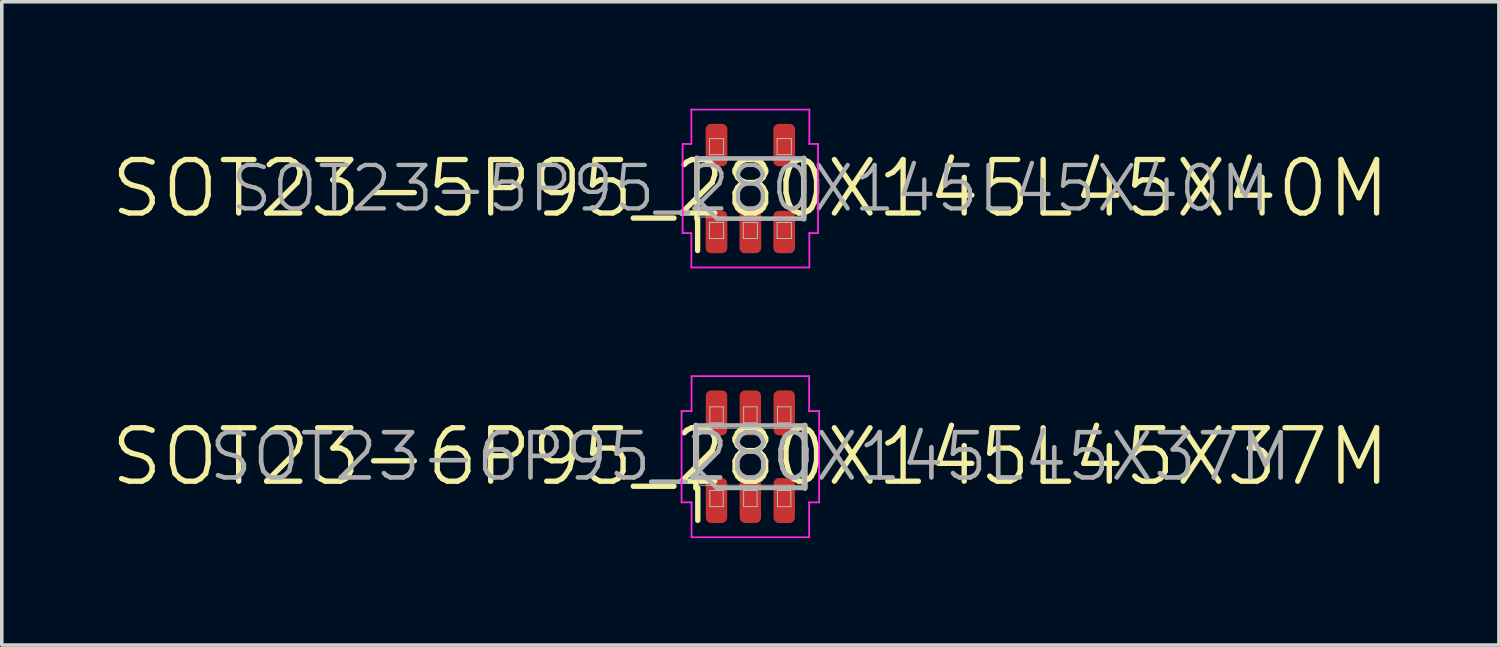
<source format=kicad_pcb>
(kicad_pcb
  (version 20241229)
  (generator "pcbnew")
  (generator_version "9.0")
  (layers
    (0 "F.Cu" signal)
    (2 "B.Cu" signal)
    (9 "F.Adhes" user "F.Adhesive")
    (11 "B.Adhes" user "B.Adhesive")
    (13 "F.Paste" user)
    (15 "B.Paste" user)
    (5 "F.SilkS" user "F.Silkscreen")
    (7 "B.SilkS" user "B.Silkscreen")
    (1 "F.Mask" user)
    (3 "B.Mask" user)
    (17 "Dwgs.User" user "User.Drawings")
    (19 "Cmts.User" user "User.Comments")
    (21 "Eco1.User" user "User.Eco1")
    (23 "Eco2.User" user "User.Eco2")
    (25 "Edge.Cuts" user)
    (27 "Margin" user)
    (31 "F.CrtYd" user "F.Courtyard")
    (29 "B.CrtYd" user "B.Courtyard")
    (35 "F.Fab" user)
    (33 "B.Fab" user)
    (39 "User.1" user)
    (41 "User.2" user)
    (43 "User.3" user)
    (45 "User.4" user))
  (footprint "SOT23-5P95_280X145L45X40M"
    (layer "F.Cu")
    (at 18.004 2.24)
    (property "Reference" "SOT23-5P95_280X145L45X40M" (at 0 0 0) (layer "F.SilkS") (effects (font (size 1.5 1.5) (thickness 0.15))))
    (attr smd)
    (fp_line (start -1.5 0.85) (end -1.5 -0.85) (stroke (width 0.15) (type solid)) (layer "F.SilkS"))
    (fp_line (start -1.48 0.85) (end -1.48 1.74) (stroke (width 0.15) (type solid)) (layer "F.SilkS"))
    (fp_line (start 1.5 0.85) (end 1.5 -0.85) (stroke (width 0.15) (type solid)) (layer "F.SilkS"))
    (fp_line (start -1.45 -0.8) (end 1.45 -0.8) (stroke (width 0.025) (type solid)) (layer "Dwgs.User"))
    (fp_line (start -1.45 0.8) (end -1.45 -0.8) (stroke (width 0.025) (type solid)) (layer "Dwgs.User"))
    (fp_line (start -1.15 -1.4) (end -0.75 -1.4) (stroke (width 0.025) (type solid)) (layer "Dwgs.User"))
    (fp_line (start -1.15 -0.95) (end -1.15 -1.4) (stroke (width 0.025) (type solid)) (layer "Dwgs.User"))
    (fp_line (start -1.15 0.95) (end -0.75 0.95) (stroke (width 0.025) (type solid)) (layer "Dwgs.User"))
    (fp_line (start -1.15 1.4) (end -1.15 0.95) (stroke (width 0.025) (type solid)) (layer "Dwgs.User"))
    (fp_line (start -0.75 -1.4) (end -0.75 -0.95) (stroke (width 0.025) (type solid)) (layer "Dwgs.User"))
    (fp_line (start -0.75 -0.95) (end -1.15 -0.95) (stroke (width 0.025) (type solid)) (layer "Dwgs.User"))
    (fp_line (start -0.75 0.95) (end -0.75 1.4) (stroke (width 0.025) (type solid)) (layer "Dwgs.User"))
    (fp_line (start -0.75 1.4) (end -1.15 1.4) (stroke (width 0.025) (type solid)) (layer "Dwgs.User"))
    (fp_line (start -0.2 0.95) (end 0.2 0.95) (stroke (width 0.025) (type solid)) (layer "Dwgs.User"))
    (fp_line (start -0.2 1.4) (end -0.2 0.95) (stroke (width 0.025) (type solid)) (layer "Dwgs.User"))
    (fp_line (start 0.2 0.95) (end 0.2 1.4) (stroke (width 0.025) (type solid)) (layer "Dwgs.User"))
    (fp_line (start 0.2 1.4) (end -0.2 1.4) (stroke (width 0.025) (type solid)) (layer "Dwgs.User"))
    (fp_line (start 0.75 -1.4) (end 1.15 -1.4) (stroke (width 0.025) (type solid)) (layer "Dwgs.User"))
    (fp_line (start 0.75 -0.95) (end 0.75 -1.4) (stroke (width 0.025) (type solid)) (layer "Dwgs.User"))
    (fp_line (start 0.75 0.95) (end 1.15 0.95) (stroke (width 0.025) (type solid)) (layer "Dwgs.User"))
    (fp_line (start 0.75 1.4) (end 0.75 0.95) (stroke (width 0.025) (type solid)) (layer "Dwgs.User"))
    (fp_line (start 1.15 -1.4) (end 1.15 -0.95) (stroke (width 0.025) (type solid)) (layer "Dwgs.User"))
    (fp_line (start 1.15 -0.95) (end 0.75 -0.95) (stroke (width 0.025) (type solid)) (layer "Dwgs.User"))
    (fp_line (start 1.15 0.95) (end 1.15 1.4) (stroke (width 0.025) (type solid)) (layer "Dwgs.User"))
    (fp_line (start 1.15 1.4) (end 0.75 1.4) (stroke (width 0.025) (type solid)) (layer "Dwgs.User"))
    (fp_line (start 1.45 -0.8) (end 1.45 0.8) (stroke (width 0.025) (type solid)) (layer "Dwgs.User"))
    (fp_line (start 1.45 0.8) (end -1.45 0.8) (stroke (width 0.025) (type solid)) (layer "Dwgs.User"))
    (fp_line (start -1.9 -1.25) (end -1.9 1.25) (stroke (width 0.05) (type solid)) (layer "F.CrtYd"))
    (fp_line (start -1.9 1.25) (end -1.655 1.25) (stroke (width 0.05) (type solid)) (layer "F.CrtYd"))
    (fp_line (start -1.655 -2.215) (end -1.655 -1.25) (stroke (width 0.05) (type solid)) (layer "F.CrtYd"))
    (fp_line (start -1.655 -1.25) (end -1.9 -1.25) (stroke (width 0.05) (type solid)) (layer "F.CrtYd"))
    (fp_line (start -1.655 1.25) (end -1.655 2.215) (stroke (width 0.05) (type solid)) (layer "F.CrtYd"))
    (fp_line (start -1.655 2.215) (end 1.655 2.215) (stroke (width 0.05) (type solid)) (layer "F.CrtYd"))
    (fp_line (start 1.655 -2.215) (end -1.655 -2.215) (stroke (width 0.05) (type solid)) (layer "F.CrtYd"))
    (fp_line (start 1.655 -1.25) (end 1.655 -2.215) (stroke (width 0.05) (type solid)) (layer "F.CrtYd"))
    (fp_line (start 1.655 1.25) (end 1.9 1.25) (stroke (width 0.05) (type solid)) (layer "F.CrtYd"))
    (fp_line (start 1.655 2.215) (end 1.655 1.25) (stroke (width 0.05) (type solid)) (layer "F.CrtYd"))
    (fp_line (start 1.9 -1.25) (end 1.655 -1.25) (stroke (width 0.05) (type solid)) (layer "F.CrtYd"))
    (fp_line (start 1.9 1.25) (end 1.9 -1.25) (stroke (width 0.05) (type solid)) (layer "F.CrtYd"))
    (fp_line (start -1.5 -0.85) (end 1.5 -0.85) (stroke (width 0.12) (type solid)) (layer "F.Fab"))
    (fp_line (start -1.5 0.283) (end -1.5 -0.85) (stroke (width 0.12) (type solid)) (layer "F.Fab"))
    (fp_line (start -0.933 0.85) (end -1.5 0.283) (stroke (width 0.12) (type solid)) (layer "F.Fab"))
    (fp_line (start 1.5 -0.85) (end 1.5 0.85) (stroke (width 0.12) (type solid)) (layer "F.Fab"))
    (fp_line (start 1.5 0.85) (end -0.933 0.85) (stroke (width 0.12) (type solid)) (layer "F.Fab"))
    (fp_text user "${REFERENCE}" (at 0 0 0) (layer "F.Fab") (effects (font (size 1.22 1.22) (thickness 0.12))))
    (pad "1" smd roundrect (at -0.95 1.22 90) (size 1.19 0.61) (layers "F.Cu" "F.Mask" "F.Paste") (roundrect_rratio 0.246))
    (pad "2" smd roundrect (at 0 1.22 90) (size 1.19 0.61) (layers "F.Cu" "F.Mask" "F.Paste") (roundrect_rratio 0.246))
    (pad "3" smd roundrect (at 0.95 1.22 90) (size 1.19 0.61) (layers "F.Cu" "F.Mask" "F.Paste") (roundrect_rratio 0.246))
    (pad "4" smd roundrect (at 0.95 -1.22 90) (size 1.19 0.61) (layers "F.Cu" "F.Mask" "F.Paste") (roundrect_rratio 0.246))
    (pad "5" smd roundrect (at -0.95 -1.22 90) (size 1.19 0.61) (layers "F.Cu" "F.Mask" "F.Paste") (roundrect_rratio 0.246)))
  (footprint "SOT23-6P95_280X145L45X37M"
    (layer "F.Cu")
    (at 18.004 9.765)
    (property "Reference" "SOT23-6P95_280X145L45X37M" (at 0 0 0) (layer "F.SilkS") (effects (font (size 1.5 1.5) (thickness 0.15))))
    (attr smd)
    (fp_line (start -1.53 0.88) (end -1.53 -0.88) (stroke (width 0.15) (type solid)) (layer "F.SilkS"))
    (fp_line (start -1.475 0.88) (end -1.475 1.785) (stroke (width 0.15) (type solid)) (layer "F.SilkS"))
    (fp_line (start 1.53 0.88) (end 1.53 -0.88) (stroke (width 0.15) (type solid)) (layer "F.SilkS"))
    (fp_line (start -1.45 -0.8) (end 1.45 -0.8) (stroke (width 0.025) (type solid)) (layer "Dwgs.User"))
    (fp_line (start -1.45 0.8) (end -1.45 -0.8) (stroke (width 0.025) (type solid)) (layer "Dwgs.User"))
    (fp_line (start -1.137 -1.4) (end -0.762 -1.4) (stroke (width 0.025) (type solid)) (layer "Dwgs.User"))
    (fp_line (start -1.137 -0.95) (end -1.137 -1.4) (stroke (width 0.025) (type solid)) (layer "Dwgs.User"))
    (fp_line (start -1.137 0.95) (end -0.762 0.95) (stroke (width 0.025) (type solid)) (layer "Dwgs.User"))
    (fp_line (start -1.137 1.4) (end -1.137 0.95) (stroke (width 0.025) (type solid)) (layer "Dwgs.User"))
    (fp_line (start -0.762 -1.4) (end -0.762 -0.95) (stroke (width 0.025) (type solid)) (layer "Dwgs.User"))
    (fp_line (start -0.762 -0.95) (end -1.137 -0.95) (stroke (width 0.025) (type solid)) (layer "Dwgs.User"))
    (fp_line (start -0.762 0.95) (end -0.762 1.4) (stroke (width 0.025) (type solid)) (layer "Dwgs.User"))
    (fp_line (start -0.762 1.4) (end -1.137 1.4) (stroke (width 0.025) (type solid)) (layer "Dwgs.User"))
    (fp_line (start -0.188 -1.4) (end 0.188 -1.4) (stroke (width 0.025) (type solid)) (layer "Dwgs.User"))
    (fp_line (start -0.188 -0.95) (end -0.188 -1.4) (stroke (width 0.025) (type solid)) (layer "Dwgs.User"))
    (fp_line (start -0.188 0.95) (end 0.188 0.95) (stroke (width 0.025) (type solid)) (layer "Dwgs.User"))
    (fp_line (start -0.188 1.4) (end -0.188 0.95) (stroke (width 0.025) (type solid)) (layer "Dwgs.User"))
    (fp_line (start 0.188 -1.4) (end 0.188 -0.95) (stroke (width 0.025) (type solid)) (layer "Dwgs.User"))
    (fp_line (start 0.188 -0.95) (end -0.188 -0.95) (stroke (width 0.025) (type solid)) (layer "Dwgs.User"))
    (fp_line (start 0.188 0.95) (end 0.188 1.4) (stroke (width 0.025) (type solid)) (layer "Dwgs.User"))
    (fp_line (start 0.188 1.4) (end -0.188 1.4) (stroke (width 0.025) (type solid)) (layer "Dwgs.User"))
    (fp_line (start 0.762 -1.4) (end 1.137 -1.4) (stroke (width 0.025) (type solid)) (layer "Dwgs.User"))
    (fp_line (start 0.762 -0.95) (end 0.762 -1.4) (stroke (width 0.025) (type solid)) (layer "Dwgs.User"))
    (fp_line (start 0.762 0.95) (end 1.137 0.95) (stroke (width 0.025) (type solid)) (layer "Dwgs.User"))
    (fp_line (start 0.762 1.4) (end 0.762 0.95) (stroke (width 0.025) (type solid)) (layer "Dwgs.User"))
    (fp_line (start 1.137 -1.4) (end 1.137 -0.95) (stroke (width 0.025) (type solid)) (layer "Dwgs.User"))
    (fp_line (start 1.137 -0.95) (end 0.762 -0.95) (stroke (width 0.025) (type solid)) (layer "Dwgs.User"))
    (fp_line (start 1.137 0.95) (end 1.137 1.4) (stroke (width 0.025) (type solid)) (layer "Dwgs.User"))
    (fp_line (start 1.137 1.4) (end 0.762 1.4) (stroke (width 0.025) (type solid)) (layer "Dwgs.User"))
    (fp_line (start 1.45 -0.8) (end 1.45 0.8) (stroke (width 0.025) (type solid)) (layer "Dwgs.User"))
    (fp_line (start 1.45 0.8) (end -1.45 0.8) (stroke (width 0.025) (type solid)) (layer "Dwgs.User"))
    (fp_line (start -1.93 -1.28) (end -1.93 1.28) (stroke (width 0.05) (type solid)) (layer "F.CrtYd"))
    (fp_line (start -1.93 1.28) (end -1.65 1.28) (stroke (width 0.05) (type solid)) (layer "F.CrtYd"))
    (fp_line (start -1.65 -2.26) (end -1.65 -1.28) (stroke (width 0.05) (type solid)) (layer "F.CrtYd"))
    (fp_line (start -1.65 -1.28) (end -1.93 -1.28) (stroke (width 0.05) (type solid)) (layer "F.CrtYd"))
    (fp_line (start -1.65 1.28) (end -1.65 2.26) (stroke (width 0.05) (type solid)) (layer "F.CrtYd"))
    (fp_line (start -1.65 2.26) (end 1.65 2.26) (stroke (width 0.05) (type solid)) (layer "F.CrtYd"))
    (fp_line (start 1.65 -2.26) (end -1.65 -2.26) (stroke (width 0.05) (type solid)) (layer "F.CrtYd"))
    (fp_line (start 1.65 -1.28) (end 1.65 -2.26) (stroke (width 0.05) (type solid)) (layer "F.CrtYd"))
    (fp_line (start 1.65 1.28) (end 1.93 1.28) (stroke (width 0.05) (type solid)) (layer "F.CrtYd"))
    (fp_line (start 1.65 2.26) (end 1.65 1.28) (stroke (width 0.05) (type solid)) (layer "F.CrtYd"))
    (fp_line (start 1.93 -1.28) (end 1.65 -1.28) (stroke (width 0.05) (type solid)) (layer "F.CrtYd"))
    (fp_line (start 1.93 1.28) (end 1.93 -1.28) (stroke (width 0.05) (type solid)) (layer "F.CrtYd"))
    (fp_line (start -1.53 -0.88) (end 1.53 -0.88) (stroke (width 0.12) (type solid)) (layer "F.Fab"))
    (fp_line (start -1.53 0.293) (end -1.53 -0.88) (stroke (width 0.12) (type solid)) (layer "F.Fab"))
    (fp_line (start -0.943 0.88) (end -1.53 0.293) (stroke (width 0.12) (type solid)) (layer "F.Fab"))
    (fp_line (start 1.53 -0.88) (end 1.53 0.88) (stroke (width 0.12) (type solid)) (layer "F.Fab"))
    (fp_line (start 1.53 0.88) (end -0.943 0.88) (stroke (width 0.12) (type solid)) (layer "F.Fab"))
    (fp_text user "${REFERENCE}" (at 0 0 0) (layer "F.Fab") (effects (font (size 1.27 1.27) (thickness 0.13))))
    (pad "1" smd roundrect (at -0.95 1.23 90) (size 1.26 0.6) (layers "F.Cu" "F.Mask" "F.Paste") (roundrect_rratio 0.25))
    (pad "2" smd roundrect (at 0 1.23 90) (size 1.26 0.6) (layers "F.Cu" "F.Mask" "F.Paste") (roundrect_rratio 0.25))
    (pad "3" smd roundrect (at 0.95 1.23 90) (size 1.26 0.6) (layers "F.Cu" "F.Mask" "F.Paste") (roundrect_rratio 0.25))
    (pad "4" smd roundrect (at 0.95 -1.23 90) (size 1.26 0.6) (layers "F.Cu" "F.Mask" "F.Paste") (roundrect_rratio 0.25))
    (pad "5" smd roundrect (at 0 -1.23 90) (size 1.26 0.6) (layers "F.Cu" "F.Mask" "F.Paste") (roundrect_rratio 0.25))
    (pad "6" smd roundrect (at -0.95 -1.23 90) (size 1.26 0.6) (layers "F.Cu" "F.Mask" "F.Paste") (roundrect_rratio 0.25)))
  (gr_rect
    (start -3 -3)
    (end 39.007 15.05)
    (stroke (width 0.1) (type default))
    (fill no)
    (layer "Edge.Cuts")))
</source>
